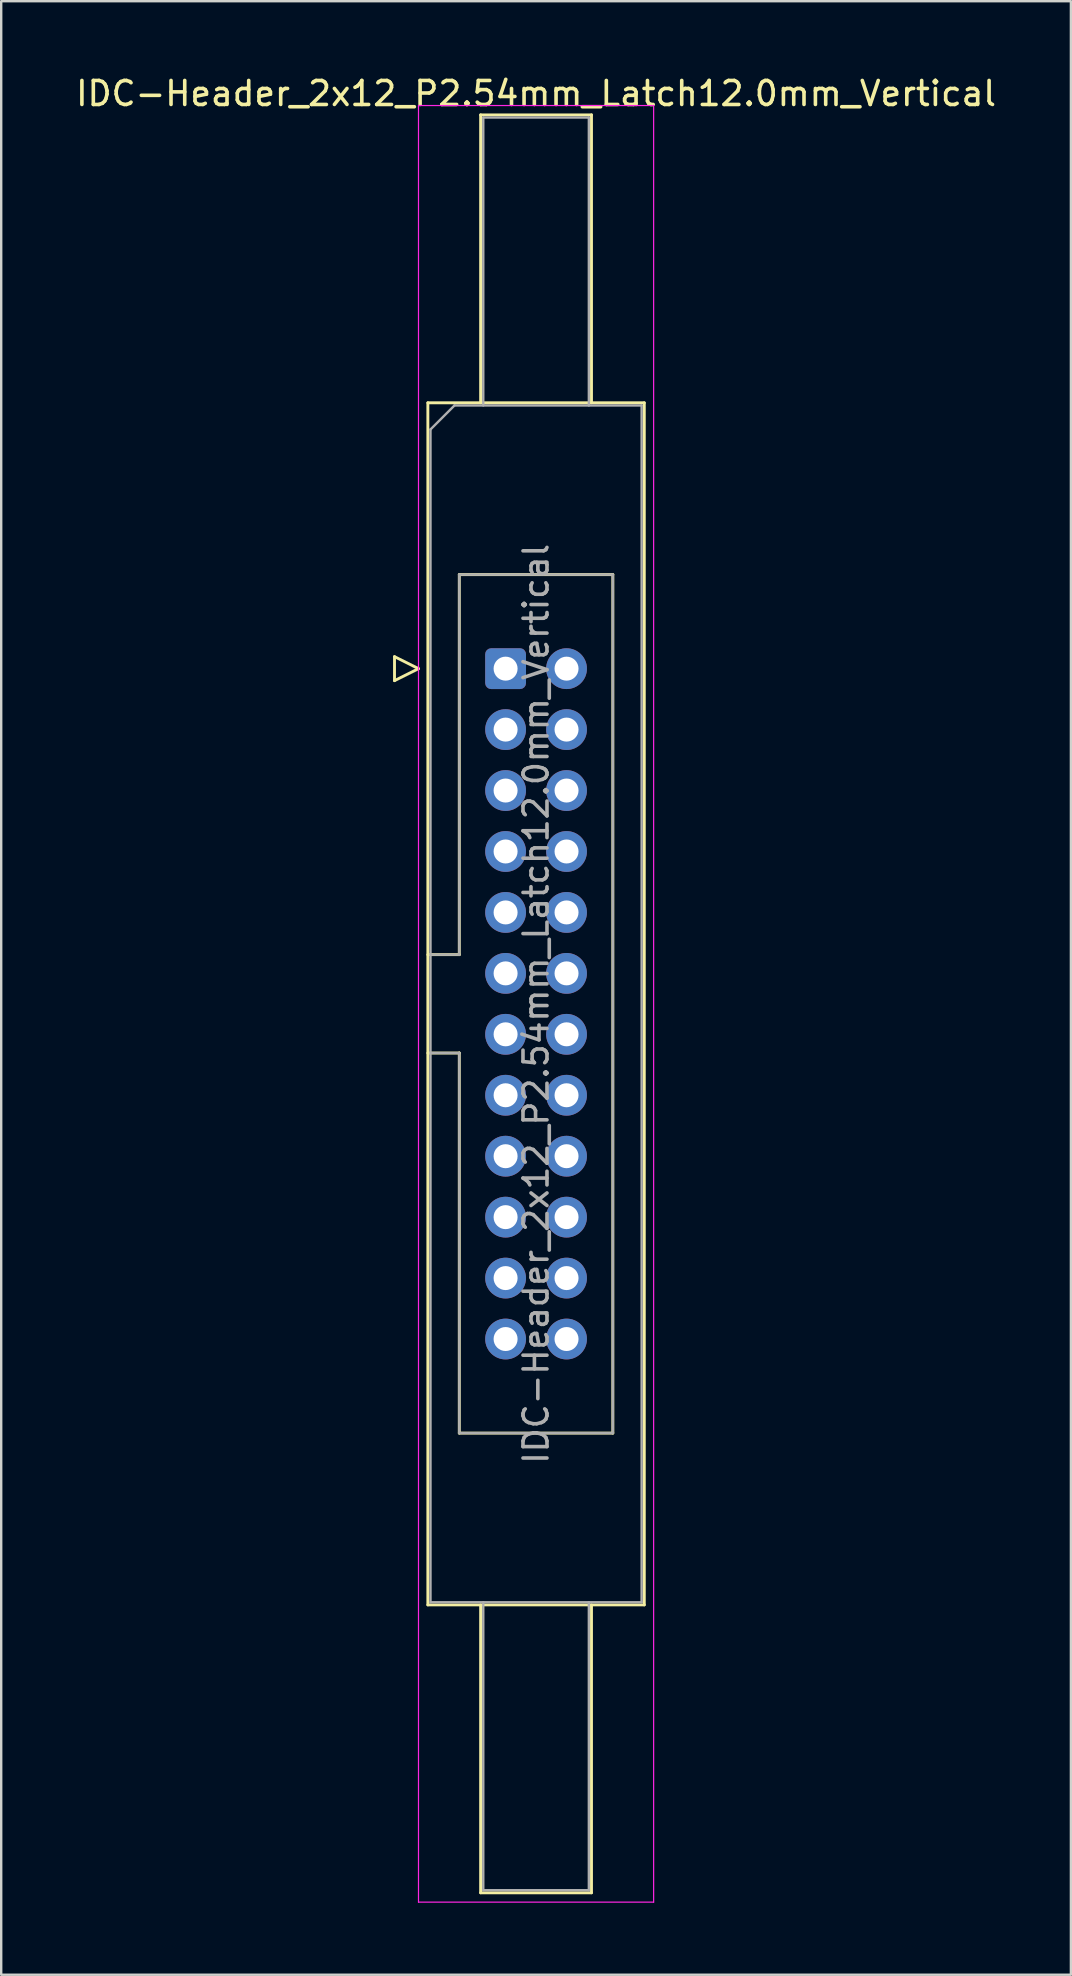
<source format=kicad_pcb>
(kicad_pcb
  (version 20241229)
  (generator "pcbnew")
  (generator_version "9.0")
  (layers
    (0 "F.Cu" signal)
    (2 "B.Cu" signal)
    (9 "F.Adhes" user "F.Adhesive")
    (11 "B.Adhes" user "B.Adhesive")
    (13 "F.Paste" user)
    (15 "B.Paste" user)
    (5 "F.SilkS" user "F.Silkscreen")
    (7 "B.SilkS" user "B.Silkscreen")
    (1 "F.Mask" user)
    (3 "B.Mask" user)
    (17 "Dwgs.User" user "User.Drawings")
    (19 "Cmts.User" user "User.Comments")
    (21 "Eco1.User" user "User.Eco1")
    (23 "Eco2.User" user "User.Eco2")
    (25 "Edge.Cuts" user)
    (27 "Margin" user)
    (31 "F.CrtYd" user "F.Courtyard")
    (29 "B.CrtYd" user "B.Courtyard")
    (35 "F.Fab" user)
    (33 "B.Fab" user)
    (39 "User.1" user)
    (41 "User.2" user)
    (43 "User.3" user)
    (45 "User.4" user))
  (footprint "IDC-Header_2x12_P2.54mm_Latch12.0mm_Vertical"
    (layer "F.Cu")
    (at 18.022 24.818)
    (property "Reference" "IDC-Header_2x12_P2.54mm_Latch12.0mm_Vertical" (at 1.27 -23.97 0) (layer "F.SilkS") (effects (font (size 1 1) (thickness 0.15))))
    (attr through_hole)
    (fp_line (start -4.63 -0.5) (end -4.63 0.5) (stroke (width 0.12) (type solid)) (layer "F.SilkS"))
    (fp_line (start -4.63 0.5) (end -3.63 0) (stroke (width 0.12) (type solid)) (layer "F.SilkS"))
    (fp_line (start -3.63 0) (end -4.63 -0.5) (stroke (width 0.12) (type solid)) (layer "F.SilkS"))
    (fp_line (start -3.24 -11.08) (end 5.78 -11.08) (stroke (width 0.12) (type solid)) (layer "F.SilkS"))
    (fp_line (start -3.24 11.92) (end -1.93 11.92) (stroke (width 0.12) (type solid)) (layer "F.SilkS"))
    (fp_line (start -3.24 39.02) (end -3.24 -11.08) (stroke (width 0.12) (type solid)) (layer "F.SilkS"))
    (fp_line (start -1.93 -3.92) (end 4.47 -3.92) (stroke (width 0.12) (type solid)) (layer "F.SilkS"))
    (fp_line (start -1.93 11.92) (end -1.93 -3.92) (stroke (width 0.12) (type solid)) (layer "F.SilkS"))
    (fp_line (start -1.93 16.02) (end -3.24 16.02) (stroke (width 0.12) (type solid)) (layer "F.SilkS"))
    (fp_line (start -1.93 16.02) (end -1.93 16.02) (stroke (width 0.12) (type solid)) (layer "F.SilkS"))
    (fp_line (start -1.93 31.86) (end -1.93 16.02) (stroke (width 0.12) (type solid)) (layer "F.SilkS"))
    (fp_line (start -1.04 -23.08) (end 3.58 -23.08) (stroke (width 0.12) (type solid)) (layer "F.SilkS"))
    (fp_line (start -1.04 -11.08) (end -1.04 -23.08) (stroke (width 0.12) (type solid)) (layer "F.SilkS"))
    (fp_line (start -1.04 39.02) (end -1.04 51.02) (stroke (width 0.12) (type solid)) (layer "F.SilkS"))
    (fp_line (start -1.04 51.02) (end 3.58 51.02) (stroke (width 0.12) (type solid)) (layer "F.SilkS"))
    (fp_line (start 3.58 -23.08) (end 3.58 -11.08) (stroke (width 0.12) (type solid)) (layer "F.SilkS"))
    (fp_line (start 3.58 51.02) (end 3.58 39.02) (stroke (width 0.12) (type solid)) (layer "F.SilkS"))
    (fp_line (start 4.47 -3.92) (end 4.47 31.86) (stroke (width 0.12) (type solid)) (layer "F.SilkS"))
    (fp_line (start 4.47 31.86) (end -1.93 31.86) (stroke (width 0.12) (type solid)) (layer "F.SilkS"))
    (fp_line (start 5.78 -11.08) (end 5.78 39.02) (stroke (width 0.12) (type solid)) (layer "F.SilkS"))
    (fp_line (start 5.78 39.02) (end -3.24 39.02) (stroke (width 0.12) (type solid)) (layer "F.SilkS"))
    (fp_line (start -3.63 -23.47) (end -3.63 51.41) (stroke (width 0.05) (type solid)) (layer "F.CrtYd"))
    (fp_line (start -3.63 51.41) (end 6.17 51.41) (stroke (width 0.05) (type solid)) (layer "F.CrtYd"))
    (fp_line (start 6.17 -23.47) (end -3.63 -23.47) (stroke (width 0.05) (type solid)) (layer "F.CrtYd"))
    (fp_line (start 6.17 51.41) (end 6.17 -23.47) (stroke (width 0.05) (type solid)) (layer "F.CrtYd"))
    (fp_line (start -3.13 -9.97) (end -2.13 -10.97) (stroke (width 0.1) (type solid)) (layer "F.Fab"))
    (fp_line (start -3.13 11.92) (end -1.93 11.92) (stroke (width 0.1) (type solid)) (layer "F.Fab"))
    (fp_line (start -3.13 38.91) (end -3.13 -9.97) (stroke (width 0.1) (type solid)) (layer "F.Fab"))
    (fp_line (start -2.13 -10.97) (end 5.67 -10.97) (stroke (width 0.1) (type solid)) (layer "F.Fab"))
    (fp_line (start -1.93 -3.92) (end 4.47 -3.92) (stroke (width 0.1) (type solid)) (layer "F.Fab"))
    (fp_line (start -1.93 11.92) (end -1.93 -3.92) (stroke (width 0.1) (type solid)) (layer "F.Fab"))
    (fp_line (start -1.93 16.02) (end -3.13 16.02) (stroke (width 0.1) (type solid)) (layer "F.Fab"))
    (fp_line (start -1.93 16.02) (end -1.93 16.02) (stroke (width 0.1) (type solid)) (layer "F.Fab"))
    (fp_line (start -1.93 31.86) (end -1.93 16.02) (stroke (width 0.1) (type solid)) (layer "F.Fab"))
    (fp_line (start -0.93 -22.97) (end 3.47 -22.97) (stroke (width 0.1) (type solid)) (layer "F.Fab"))
    (fp_line (start -0.93 -10.97) (end -0.93 -22.97) (stroke (width 0.1) (type solid)) (layer "F.Fab"))
    (fp_line (start -0.93 38.91) (end -0.93 50.91) (stroke (width 0.1) (type solid)) (layer "F.Fab"))
    (fp_line (start -0.93 50.91) (end 3.47 50.91) (stroke (width 0.1) (type solid)) (layer "F.Fab"))
    (fp_line (start 3.47 -22.97) (end 3.47 -10.97) (stroke (width 0.1) (type solid)) (layer "F.Fab"))
    (fp_line (start 3.47 50.91) (end 3.47 38.91) (stroke (width 0.1) (type solid)) (layer "F.Fab"))
    (fp_line (start 4.47 -3.92) (end 4.47 31.86) (stroke (width 0.1) (type solid)) (layer "F.Fab"))
    (fp_line (start 4.47 31.86) (end -1.93 31.86) (stroke (width 0.1) (type solid)) (layer "F.Fab"))
    (fp_line (start 5.67 -10.97) (end 5.67 38.91) (stroke (width 0.1) (type solid)) (layer "F.Fab"))
    (fp_line (start 5.67 38.91) (end -3.13 38.91) (stroke (width 0.1) (type solid)) (layer "F.Fab"))
    (fp_text user "${REFERENCE}" (at 1.27 13.97 90) (layer "F.Fab") (effects (font (size 1 1) (thickness 0.15))))
    (pad "1" thru_hole roundrect (at 0 0) (size 1.7 1.7) (drill 1) (layers "*.Cu" "*.Mask") (roundrect_rratio 0.147))
    (pad "2" thru_hole circle (at 2.54 0) (size 1.7 1.7) (drill 1) (layers "*.Cu" "*.Mask"))
    (pad "3" thru_hole circle (at 0 2.54) (size 1.7 1.7) (drill 1) (layers "*.Cu" "*.Mask"))
    (pad "4" thru_hole circle (at 2.54 2.54) (size 1.7 1.7) (drill 1) (layers "*.Cu" "*.Mask"))
    (pad "5" thru_hole circle (at 0 5.08) (size 1.7 1.7) (drill 1) (layers "*.Cu" "*.Mask"))
    (pad "6" thru_hole circle (at 2.54 5.08) (size 1.7 1.7) (drill 1) (layers "*.Cu" "*.Mask"))
    (pad "7" thru_hole circle (at 0 7.62) (size 1.7 1.7) (drill 1) (layers "*.Cu" "*.Mask"))
    (pad "8" thru_hole circle (at 2.54 7.62) (size 1.7 1.7) (drill 1) (layers "*.Cu" "*.Mask"))
    (pad "9" thru_hole circle (at 0 10.16) (size 1.7 1.7) (drill 1) (layers "*.Cu" "*.Mask"))
    (pad "10" thru_hole circle (at 2.54 10.16) (size 1.7 1.7) (drill 1) (layers "*.Cu" "*.Mask"))
    (pad "11" thru_hole circle (at 0 12.7) (size 1.7 1.7) (drill 1) (layers "*.Cu" "*.Mask"))
    (pad "12" thru_hole circle (at 2.54 12.7) (size 1.7 1.7) (drill 1) (layers "*.Cu" "*.Mask"))
    (pad "13" thru_hole circle (at 0 15.24) (size 1.7 1.7) (drill 1) (layers "*.Cu" "*.Mask"))
    (pad "14" thru_hole circle (at 2.54 15.24) (size 1.7 1.7) (drill 1) (layers "*.Cu" "*.Mask"))
    (pad "15" thru_hole circle (at 0 17.78) (size 1.7 1.7) (drill 1) (layers "*.Cu" "*.Mask"))
    (pad "16" thru_hole circle (at 2.54 17.78) (size 1.7 1.7) (drill 1) (layers "*.Cu" "*.Mask"))
    (pad "17" thru_hole circle (at 0 20.32) (size 1.7 1.7) (drill 1) (layers "*.Cu" "*.Mask"))
    (pad "18" thru_hole circle (at 2.54 20.32) (size 1.7 1.7) (drill 1) (layers "*.Cu" "*.Mask"))
    (pad "19" thru_hole circle (at 0 22.86) (size 1.7 1.7) (drill 1) (layers "*.Cu" "*.Mask"))
    (pad "20" thru_hole circle (at 2.54 22.86) (size 1.7 1.7) (drill 1) (layers "*.Cu" "*.Mask"))
    (pad "21" thru_hole circle (at 0 25.4) (size 1.7 1.7) (drill 1) (layers "*.Cu" "*.Mask"))
    (pad "22" thru_hole circle (at 2.54 25.4) (size 1.7 1.7) (drill 1) (layers "*.Cu" "*.Mask"))
    (pad "23" thru_hole circle (at 0 27.94) (size 1.7 1.7) (drill 1) (layers "*.Cu" "*.Mask"))
    (pad "24" thru_hole circle (at 2.54 27.94) (size 1.7 1.7) (drill 1) (layers "*.Cu" "*.Mask")))
  (gr_rect
    (start -3 -3)
    (end 41.583 79.253)
    (stroke (width 0.1) (type default))
    (fill no)
    (layer "Edge.Cuts")))
</source>
